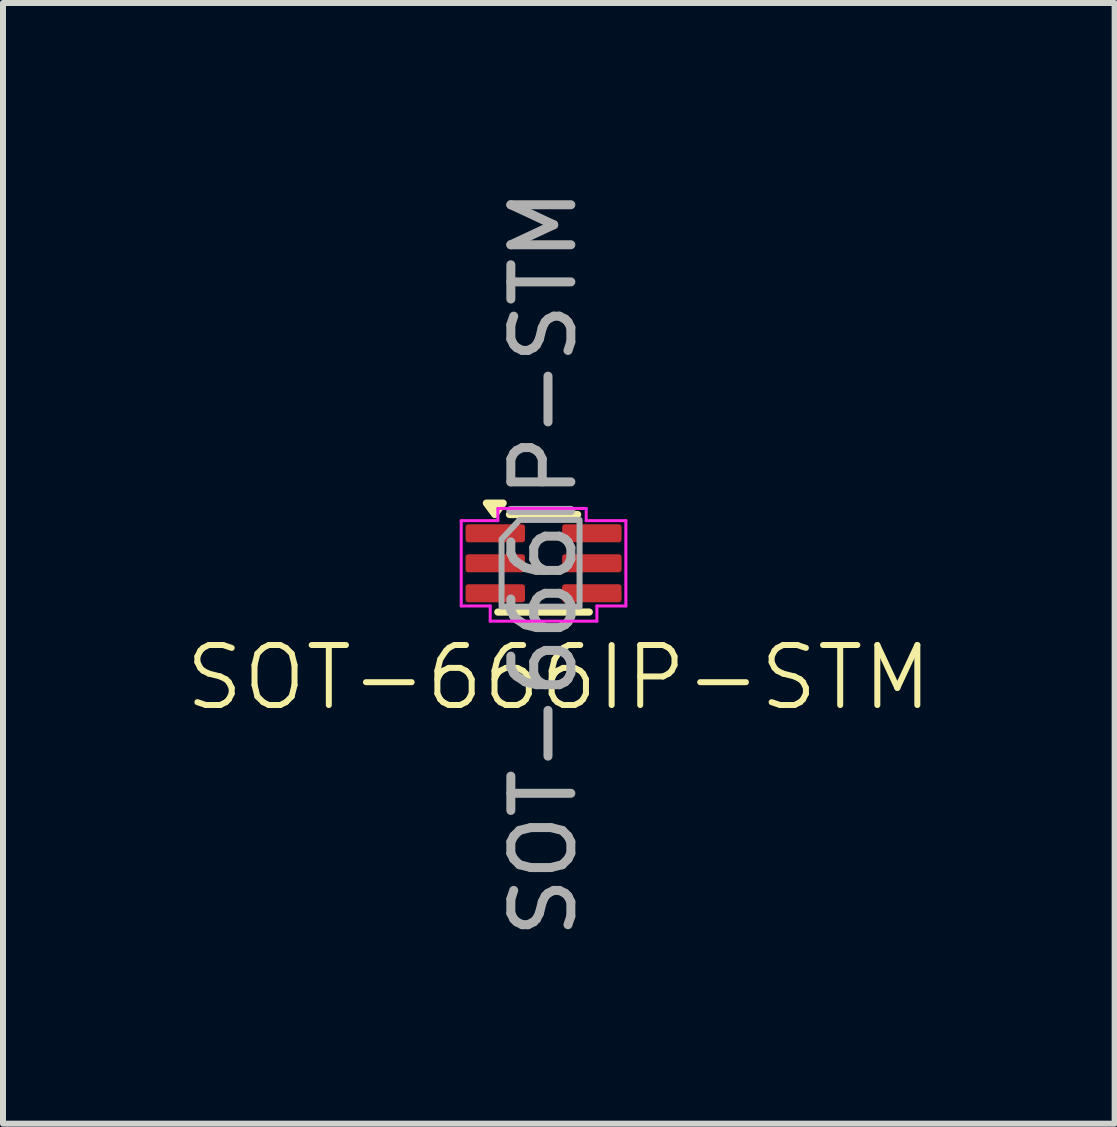
<source format=kicad_pcb>
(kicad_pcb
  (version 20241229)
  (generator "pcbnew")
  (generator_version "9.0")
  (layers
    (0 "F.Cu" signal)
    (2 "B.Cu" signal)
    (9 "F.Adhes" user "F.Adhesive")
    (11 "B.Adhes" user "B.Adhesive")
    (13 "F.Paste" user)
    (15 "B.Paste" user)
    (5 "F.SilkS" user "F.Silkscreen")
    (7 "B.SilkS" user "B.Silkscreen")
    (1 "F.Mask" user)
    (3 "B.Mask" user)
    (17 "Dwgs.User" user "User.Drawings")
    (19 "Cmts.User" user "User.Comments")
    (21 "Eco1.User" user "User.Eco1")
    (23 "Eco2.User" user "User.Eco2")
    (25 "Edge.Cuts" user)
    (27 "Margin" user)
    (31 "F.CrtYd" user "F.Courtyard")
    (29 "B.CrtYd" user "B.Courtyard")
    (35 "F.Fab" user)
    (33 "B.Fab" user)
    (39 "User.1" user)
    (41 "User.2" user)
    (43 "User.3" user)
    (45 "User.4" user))
  (footprint "SOT-666IP-STM"
    (layer "F.Cu")
    (at 6.01 6.339)
    (property "Reference" "SOT-666IP-STM" (at 0.254 1.905 0) (unlocked yes) (layer "F.SilkS") (effects (font (size 1 1) (thickness 0.1))))
    (attr smd)
    (fp_line (start -0.568 -0.813) (end 0.568 -0.813) (stroke (width 0.12) (type solid)) (layer "F.SilkS"))
    (fp_line (start 0.762 0.813) (end -0.762 0.813) (stroke (width 0.12) (type solid)) (layer "F.SilkS"))
    (fp_poly (pts (xy -0.813 -0.813) (xy -0.953 -1.003) (xy -0.673 -1.003)) (stroke (width 0.12) (type solid)) (fill yes) (layer "F.SilkS"))
    (fp_line (start -1.372 -0.711) (end -1.372 0.711) (stroke (width 0.05) (type default)) (layer "F.CrtYd"))
    (fp_line (start -1.372 0.711) (end -0.889 0.711) (stroke (width 0.05) (type default)) (layer "F.CrtYd"))
    (fp_line (start -0.889 0.711) (end -0.889 0.965) (stroke (width 0.05) (type default)) (layer "F.CrtYd"))
    (fp_line (start -0.889 0.965) (end 0.889 0.965) (stroke (width 0.05) (type default)) (layer "F.CrtYd"))
    (fp_line (start -0.762 -0.914) (end -0.762 -0.711) (stroke (width 0.05) (type default)) (layer "F.CrtYd"))
    (fp_line (start -0.762 -0.711) (end -1.372 -0.711) (stroke (width 0.05) (type default)) (layer "F.CrtYd"))
    (fp_line (start 0.711 -0.914) (end -0.762 -0.914) (stroke (width 0.05) (type default)) (layer "F.CrtYd"))
    (fp_line (start 0.711 -0.711) (end 0.711 -0.914) (stroke (width 0.05) (type default)) (layer "F.CrtYd"))
    (fp_line (start 0.889 0.711) (end 1.372 0.711) (stroke (width 0.05) (type default)) (layer "F.CrtYd"))
    (fp_line (start 0.889 0.965) (end 0.889 0.711) (stroke (width 0.05) (type default)) (layer "F.CrtYd"))
    (fp_line (start 1.372 -0.711) (end 0.711 -0.711) (stroke (width 0.05) (type default)) (layer "F.CrtYd"))
    (fp_line (start 1.372 0.711) (end 1.372 -0.711) (stroke (width 0.05) (type default)) (layer "F.CrtYd"))
    (fp_poly (pts (xy -0.7 -0.4) (xy -0.7 0.723) (xy 0.6 0.723) (xy 0.6 -0.723) (xy -0.4 -0.723)) (stroke (width 0.1) (type solid)) (fill no) (layer "F.Fab"))
    (fp_text user "${REFERENCE}" (at 0 0 90) (unlocked yes) (layer "F.Fab") (effects (font (size 1 1) (thickness 0.15))))
    (pad "1" smd roundrect (at -0.805 -0.5) (size 0.99 0.3) (layers "F.Cu" "F.Mask" "F.Paste") (roundrect_rratio 0.15))
    (pad "2" smd roundrect (at -0.805 0) (size 0.99 0.3) (layers "F.Cu" "F.Mask" "F.Paste") (roundrect_rratio 0.15))
    (pad "3" smd roundrect (at -0.805 0.5) (size 0.99 0.3) (layers "F.Cu" "F.Mask" "F.Paste") (roundrect_rratio 0.15))
    (pad "4" smd roundrect (at 0.805 0.5) (size 0.99 0.3) (layers "F.Cu" "F.Mask" "F.Paste") (roundrect_rratio 0.15))
    (pad "5" smd roundrect (at 0.805 0) (size 0.99 0.3) (layers "F.Cu" "F.Mask" "F.Paste") (roundrect_rratio 0.15))
    (pad "6" smd roundrect (at 0.805 -0.5) (size 0.99 0.3) (layers "F.Cu" "F.Mask" "F.Paste") (roundrect_rratio 0.15)))
  (gr_rect
    (start -3 -3)
    (end 15.529 15.679)
    (stroke (width 0.1) (type default))
    (fill no)
    (layer "Edge.Cuts")))
</source>
